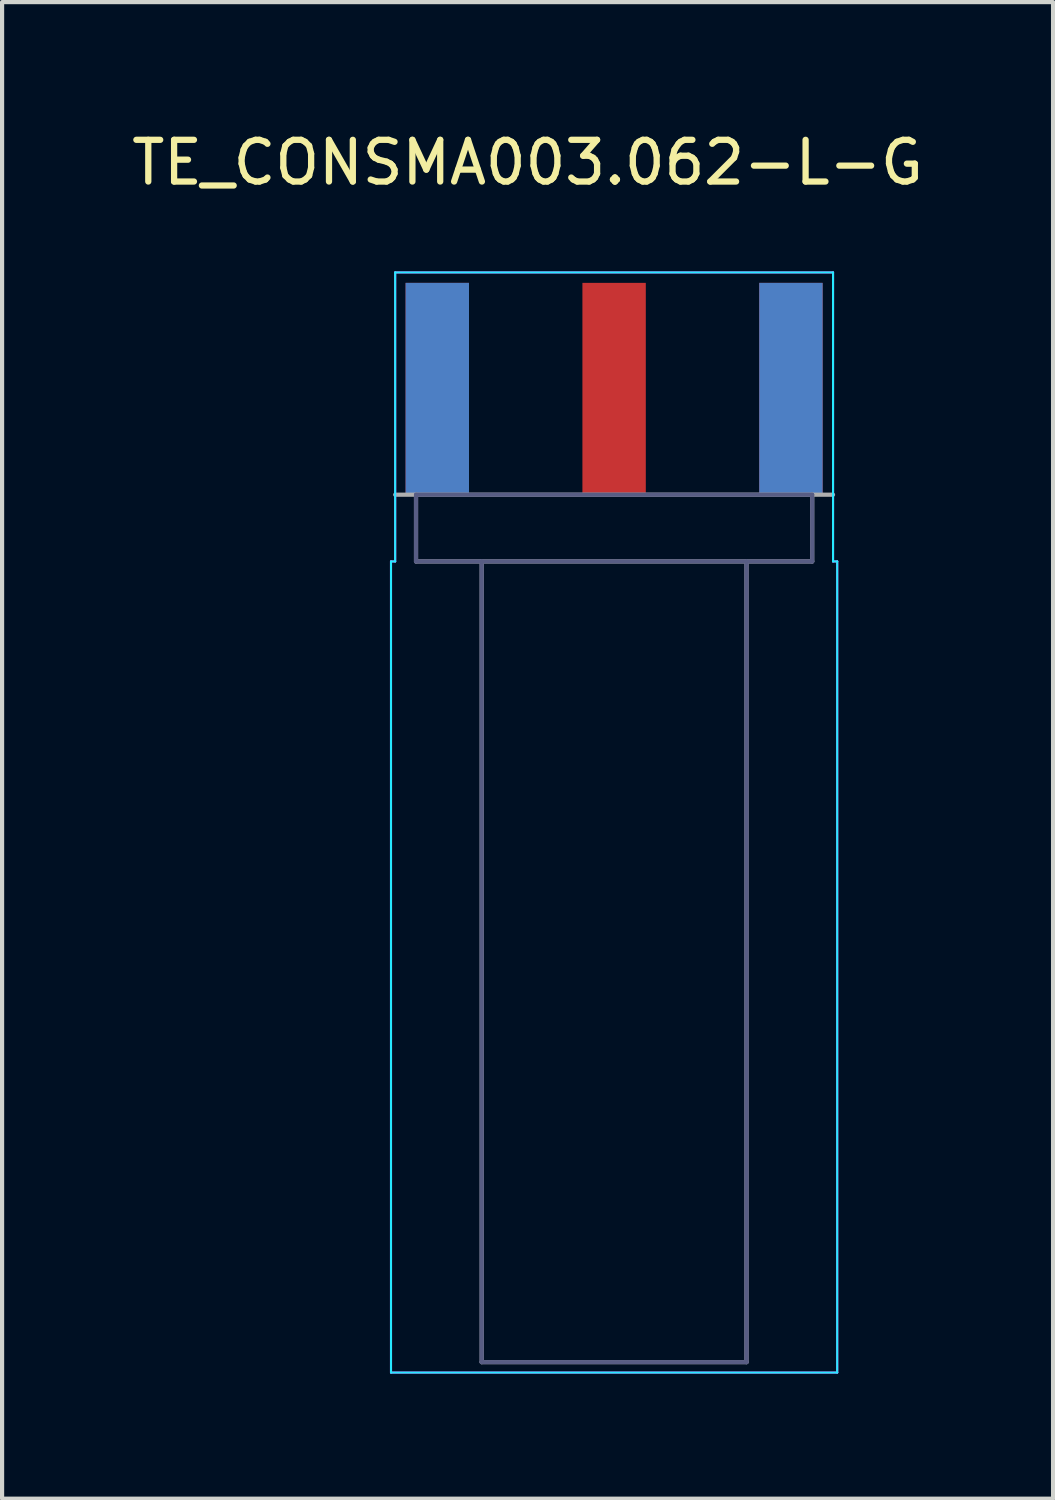
<source format=kicad_pcb>
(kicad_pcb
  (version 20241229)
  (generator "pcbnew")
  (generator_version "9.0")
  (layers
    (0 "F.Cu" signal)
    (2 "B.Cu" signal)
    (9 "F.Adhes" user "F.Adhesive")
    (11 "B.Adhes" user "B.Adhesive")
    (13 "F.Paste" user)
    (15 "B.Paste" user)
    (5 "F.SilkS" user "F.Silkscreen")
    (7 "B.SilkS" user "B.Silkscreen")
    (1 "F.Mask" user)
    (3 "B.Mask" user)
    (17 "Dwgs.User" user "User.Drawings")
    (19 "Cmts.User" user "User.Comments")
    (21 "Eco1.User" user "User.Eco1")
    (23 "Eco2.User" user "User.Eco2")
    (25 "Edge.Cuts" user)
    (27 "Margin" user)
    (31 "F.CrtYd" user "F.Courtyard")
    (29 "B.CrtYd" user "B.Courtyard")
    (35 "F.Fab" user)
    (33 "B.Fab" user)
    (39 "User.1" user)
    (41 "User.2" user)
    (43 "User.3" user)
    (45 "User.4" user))
  (footprint "TE_CONSMA003.062-L-G"
    (layer "F.Cu")
    (at 11.676 8.813)
    (property "Reference" "TE_CONSMA003.062-L-G" (at -2.075 -7.965 0) (layer "F.SilkS") (effects (font (size 1 1) (thickness 0.15))))
    (attr smd)
    (fp_line (start -5.35 1.6) (end -5.35 21.05) (stroke (width 0.05) (type solid)) (layer "B.CrtYd"))
    (fp_line (start -5.35 21.05) (end 5.35 21.05) (stroke (width 0.05) (type solid)) (layer "B.CrtYd"))
    (fp_line (start -5.25 -5.33) (end -5.25 1.6) (stroke (width 0.05) (type solid)) (layer "B.CrtYd"))
    (fp_line (start -5.25 1.6) (end -5.35 1.6) (stroke (width 0.05) (type solid)) (layer "B.CrtYd"))
    (fp_line (start 5.25 -5.33) (end -5.25 -5.33) (stroke (width 0.05) (type solid)) (layer "B.CrtYd"))
    (fp_line (start 5.25 1.6) (end 5.25 -5.33) (stroke (width 0.05) (type solid)) (layer "B.CrtYd"))
    (fp_line (start 5.25 1.6) (end 5.35 1.6) (stroke (width 0.05) (type solid)) (layer "B.CrtYd"))
    (fp_line (start 5.35 21.05) (end 5.35 1.6) (stroke (width 0.05) (type solid)) (layer "B.CrtYd"))
    (fp_line (start -5.35 1.6) (end -5.35 21.05) (stroke (width 0.05) (type solid)) (layer "F.CrtYd"))
    (fp_line (start -5.35 21.05) (end 5.35 21.05) (stroke (width 0.05) (type solid)) (layer "F.CrtYd"))
    (fp_line (start -5.25 -5.33) (end -5.25 1.6) (stroke (width 0.05) (type solid)) (layer "F.CrtYd"))
    (fp_line (start -5.25 1.6) (end -5.35 1.6) (stroke (width 0.05) (type solid)) (layer "F.CrtYd"))
    (fp_line (start 5.25 -5.33) (end -5.25 -5.33) (stroke (width 0.05) (type solid)) (layer "F.CrtYd"))
    (fp_line (start 5.25 1.6) (end 5.25 -5.33) (stroke (width 0.05) (type solid)) (layer "F.CrtYd"))
    (fp_line (start 5.25 1.6) (end 5.35 1.6) (stroke (width 0.05) (type solid)) (layer "F.CrtYd"))
    (fp_line (start 5.35 21.05) (end 5.35 1.6) (stroke (width 0.05) (type solid)) (layer "F.CrtYd"))
    (fp_line (start -4.75 0) (end -4.75 1.6) (stroke (width 0.1) (type solid)) (layer "B.Fab"))
    (fp_line (start -4.75 0) (end 4.75 0) (stroke (width 0.1) (type solid)) (layer "B.Fab"))
    (fp_line (start -4.75 1.6) (end -3.175 1.6) (stroke (width 0.1) (type solid)) (layer "B.Fab"))
    (fp_line (start -3.175 1.6) (end -3.175 20.8) (stroke (width 0.1) (type solid)) (layer "B.Fab"))
    (fp_line (start -3.175 1.6) (end 3.175 1.6) (stroke (width 0.1) (type solid)) (layer "B.Fab"))
    (fp_line (start -3.175 20.8) (end 3.175 20.8) (stroke (width 0.1) (type solid)) (layer "B.Fab"))
    (fp_line (start 3.175 1.6) (end 4.75 1.6) (stroke (width 0.1) (type solid)) (layer "B.Fab"))
    (fp_line (start 3.175 20.8) (end 3.175 1.6) (stroke (width 0.1) (type solid)) (layer "B.Fab"))
    (fp_line (start 4.75 1.6) (end 4.75 0) (stroke (width 0.1) (type solid)) (layer "B.Fab"))
    (fp_line (start -4.75 0) (end -5.25 0) (stroke (width 0.1) (type solid)) (layer "F.Fab"))
    (fp_line (start -4.75 0) (end -4.75 1.6) (stroke (width 0.1) (type solid)) (layer "F.Fab"))
    (fp_line (start -4.75 0) (end 4.75 0) (stroke (width 0.1) (type solid)) (layer "F.Fab"))
    (fp_line (start -4.75 1.6) (end -3.175 1.6) (stroke (width 0.1) (type solid)) (layer "F.Fab"))
    (fp_line (start -3.175 1.6) (end -3.175 20.8) (stroke (width 0.1) (type solid)) (layer "F.Fab"))
    (fp_line (start -3.175 1.6) (end 3.175 1.6) (stroke (width 0.1) (type solid)) (layer "F.Fab"))
    (fp_line (start -3.175 20.8) (end 3.175 20.8) (stroke (width 0.1) (type solid)) (layer "F.Fab"))
    (fp_line (start 3.175 1.6) (end 4.75 1.6) (stroke (width 0.1) (type solid)) (layer "F.Fab"))
    (fp_line (start 3.175 20.8) (end 3.175 1.6) (stroke (width 0.1) (type solid)) (layer "F.Fab"))
    (fp_line (start 4.75 0) (end 5.25 0) (stroke (width 0.1) (type solid)) (layer "F.Fab"))
    (fp_line (start 4.75 1.6) (end 4.75 0) (stroke (width 0.1) (type solid)) (layer "F.Fab"))
    (pad "1" smd rect (at 0 -2.54) (size 1.52 5.08) (layers "F.Cu" "F.Mask" "F.Paste"))
    (pad "2" smd rect (at -4.24 -2.54) (size 1.52 5.08) (layers "F.Cu" "F.Mask" "F.Paste"))
    (pad "3" smd rect (at 4.24 -2.54) (size 1.52 5.08) (layers "F.Cu" "F.Mask" "F.Paste"))
    (pad "4" smd rect (at -4.24 -2.54) (size 1.52 5.08) (layers "B.Cu" "B.Mask" "B.Paste"))
    (pad "5" smd rect (at 4.24 -2.54) (size 1.52 5.08) (layers "B.Cu" "B.Mask" "B.Paste")))
  (gr_rect
    (start -3 -3)
    (end 22.202 32.888)
    (stroke (width 0.1) (type default))
    (fill no)
    (layer "Edge.Cuts")))
</source>
